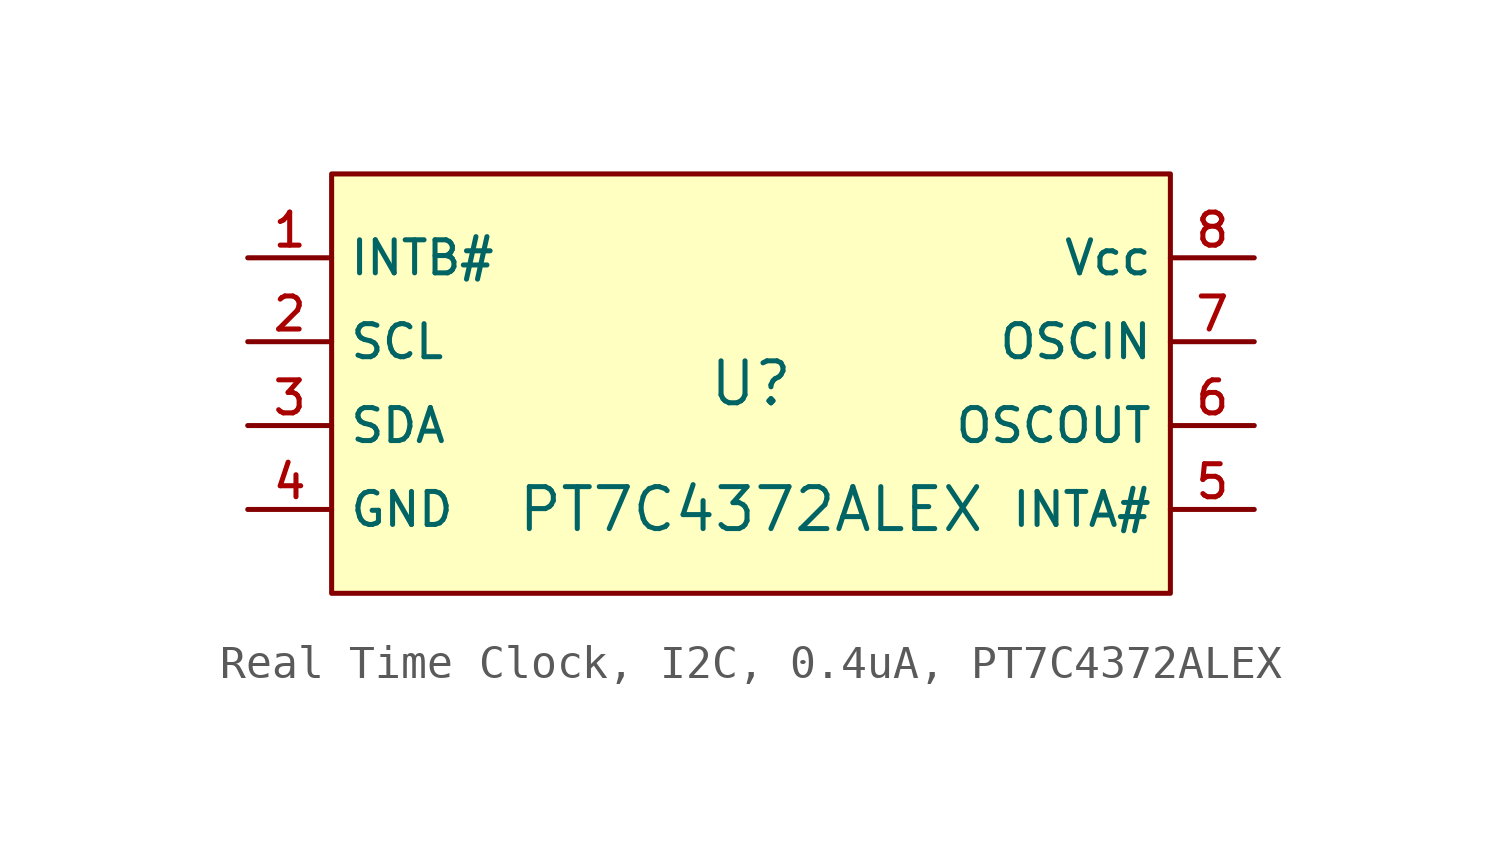
<source format=kicad_sym>
(kicad_symbol_lib
  (version 20231120)
  (generator "CDFER_Archive_Tool")
  (generator_version "0.0")
  (symbol "Real Time Clock, I2C, 0.4uA, PT7C4372ALEX"
    (property "Reference" "U"
      (at 0 1.27 0)
      (effects (font (size 1.27 1.27))))
    (property "Value" "PT7C4372ALEX"
      (at 0 -2.54 0)
      (effects (font (size 1.27 1.27))))
    (symbol "Real Time Clock, I2C, 0.4uA, PT7C4372ALEX_0_1"
      (rectangle (start -12.7 7.62) (end 12.7 -5.08) (stroke (width 0) (type default)) (fill (type background)))
      (pin unspecified line (at -15.24 5.08 0) (length 2.54) (name "INTB#" (effects (font (size 1 1)))) (number "1" (effects (font (size 1 1)))))
      (pin unspecified line (at -15.24 2.54 0) (length 2.54) (name "SCL" (effects (font (size 1 1)))) (number "2" (effects (font (size 1 1)))))
      (pin unspecified line (at -15.24 0 0) (length 2.54) (name "SDA" (effects (font (size 1 1)))) (number "3" (effects (font (size 1 1)))))
      (pin unspecified line (at -15.24 -2.54 0) (length 2.54) (name "GND" (effects (font (size 1 1)))) (number "4" (effects (font (size 1 1)))))
      (pin unspecified line (at 15.24 -2.54 180) (length 2.54) (name "INTA#" (effects (font (size 1 1)))) (number "5" (effects (font (size 1 1)))))
      (pin unspecified line (at 15.24 0 180) (length 2.54) (name "OSCOUT" (effects (font (size 1 1)))) (number "6" (effects (font (size 1 1)))))
      (pin unspecified line (at 15.24 2.54 180) (length 2.54) (name "OSCIN" (effects (font (size 1 1)))) (number "7" (effects (font (size 1 1)))))
      (pin unspecified line (at 15.24 5.08 180) (length 2.54) (name "Vcc" (effects (font (size 1 1)))) (number "8" (effects (font (size 1 1))))))))
</source>
